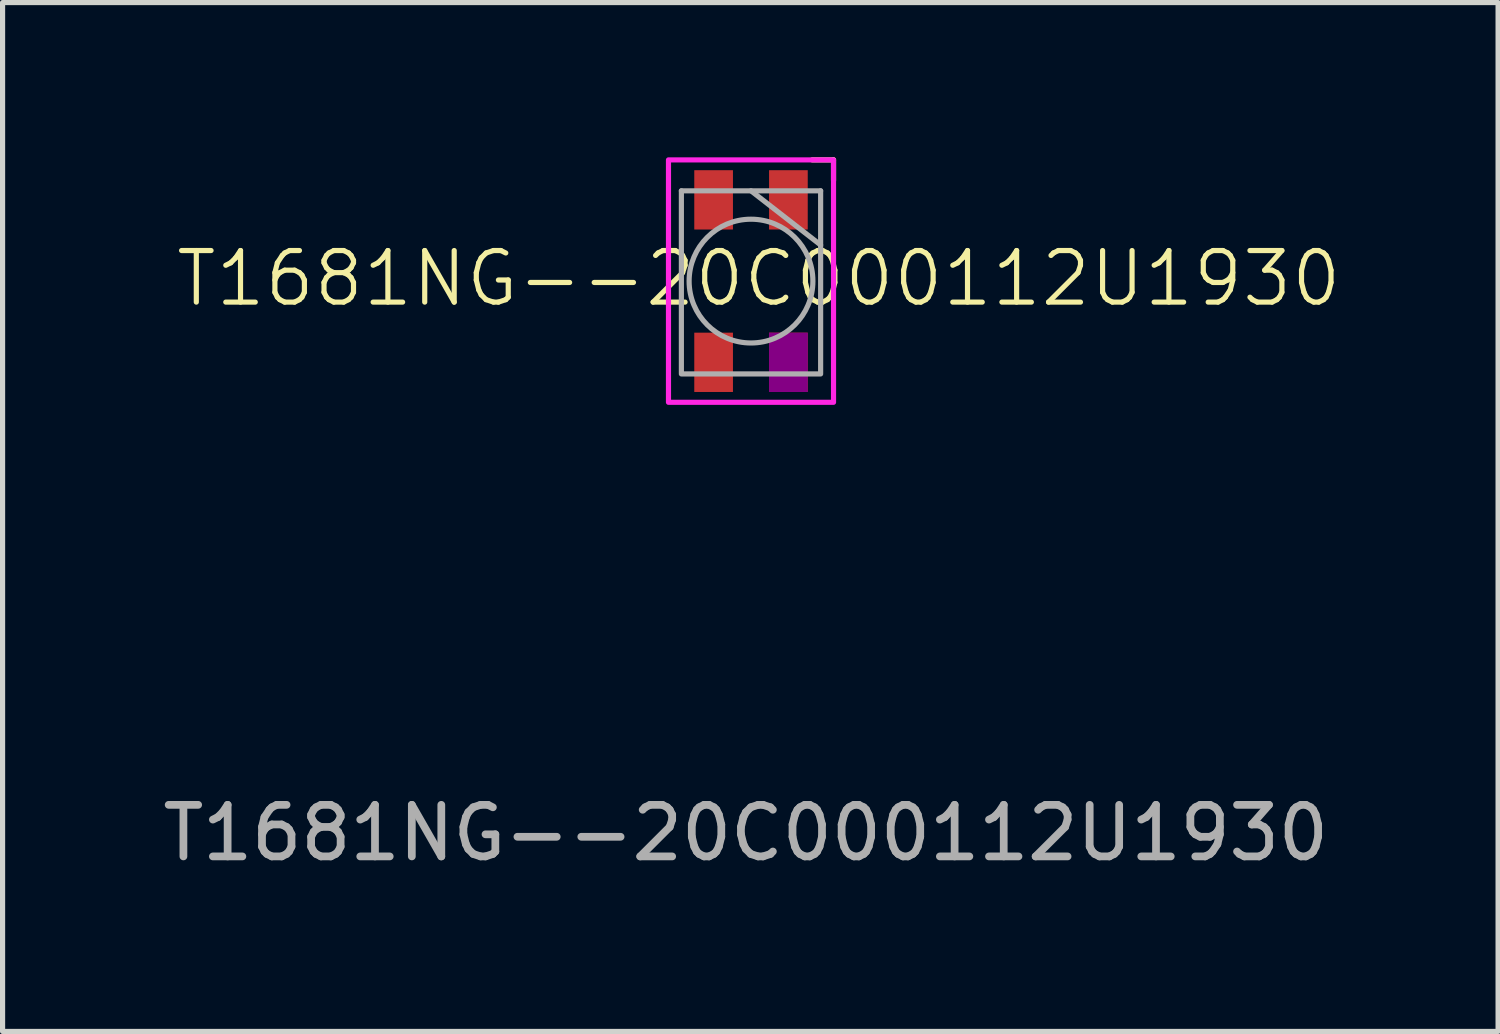
<source format=kicad_pcb>
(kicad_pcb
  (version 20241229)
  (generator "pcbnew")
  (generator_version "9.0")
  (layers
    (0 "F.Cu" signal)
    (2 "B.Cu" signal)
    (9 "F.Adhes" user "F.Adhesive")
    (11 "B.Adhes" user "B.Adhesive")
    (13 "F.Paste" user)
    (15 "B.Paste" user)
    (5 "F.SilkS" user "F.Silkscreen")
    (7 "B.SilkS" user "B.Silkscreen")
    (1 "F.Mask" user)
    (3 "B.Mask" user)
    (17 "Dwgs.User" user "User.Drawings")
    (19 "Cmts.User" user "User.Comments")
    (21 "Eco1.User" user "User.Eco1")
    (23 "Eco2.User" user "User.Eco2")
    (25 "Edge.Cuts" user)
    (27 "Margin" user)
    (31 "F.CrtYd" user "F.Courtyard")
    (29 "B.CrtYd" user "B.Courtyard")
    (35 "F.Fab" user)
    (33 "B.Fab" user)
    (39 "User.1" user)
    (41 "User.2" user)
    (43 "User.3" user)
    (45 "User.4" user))
  (footprint "T1681NG--20C000112U1930"
    (layer "F.Cu")
    (at 11.511 2.4)
    (property "Reference" "T1681NG--20C000112U1930" (at 0.15 -0.05 0) (unlocked yes) (layer "F.SilkS") (effects (font (size 1 1) (thickness 0.1))))
    (attr smd)
    (fp_line (start 1.6 -2.35) (end 1.188 -2.35) (stroke (width 0.1) (type default)) (layer "F.SilkS"))
    (fp_line (start 1.6 -1.95) (end 1.6 -2.35) (stroke (width 0.1) (type default)) (layer "F.SilkS"))
    (fp_rect (start -1.6 -2.35) (end 1.6 2.35) (stroke (width 0.1) (type default)) (fill no) (layer "F.CrtYd"))
    (fp_line (start -1.35 -1.75) (end -1.35 1.775) (stroke (width 0.1) (type default)) (layer "F.Fab"))
    (fp_line (start -1.35 -1.75) (end 1.35 -1.75) (stroke (width 0.1) (type default)) (layer "F.Fab"))
    (fp_line (start -1.35 1.8) (end 1.35 1.8) (stroke (width 0.1) (type default)) (layer "F.Fab"))
    (fp_line (start 0 -1.75) (end 1.35 -0.7) (stroke (width 0.1) (type default)) (layer "F.Fab"))
    (fp_line (start 1.35 -1.75) (end 1.35 1.775) (stroke (width 0.1) (type default)) (layer "F.Fab"))
    (fp_circle (center 0 0) (end 1.2 0) (stroke (width 0.1) (type default)) (fill no) (layer "F.Fab"))
    (fp_text user "${REFERENCE}" (at -0.1 10.7 0) (unlocked yes) (layer "F.Fab") (effects (font (size 1 1) (thickness 0.15))))
    (pad "1" smd rect (at 0.725 -1.575 90) (size 1.15 0.75) (layers "F.Cu" "F.Mask" "F.Paste"))
    (pad "2" smd rect (at -0.725 -1.575 90) (size 1.15 0.75) (layers "F.Cu" "F.Mask" "F.Paste"))
    (pad "3" smd rect (at -0.725 1.575 90) (size 1.15 0.75) (layers "F.Cu" "F.Mask" "F.Paste"))
    (pad "4" smd rect (at 0.725 1.575 90) (size 1.15 0.75) (layers "F.Cu" "F.Mask" "F.Adhes" "F.Paste")))
  (gr_rect
    (start -3 -3)
    (end 25.996 16.948)
    (stroke (width 0.1) (type default))
    (fill no)
    (layer "Edge.Cuts")))
</source>
